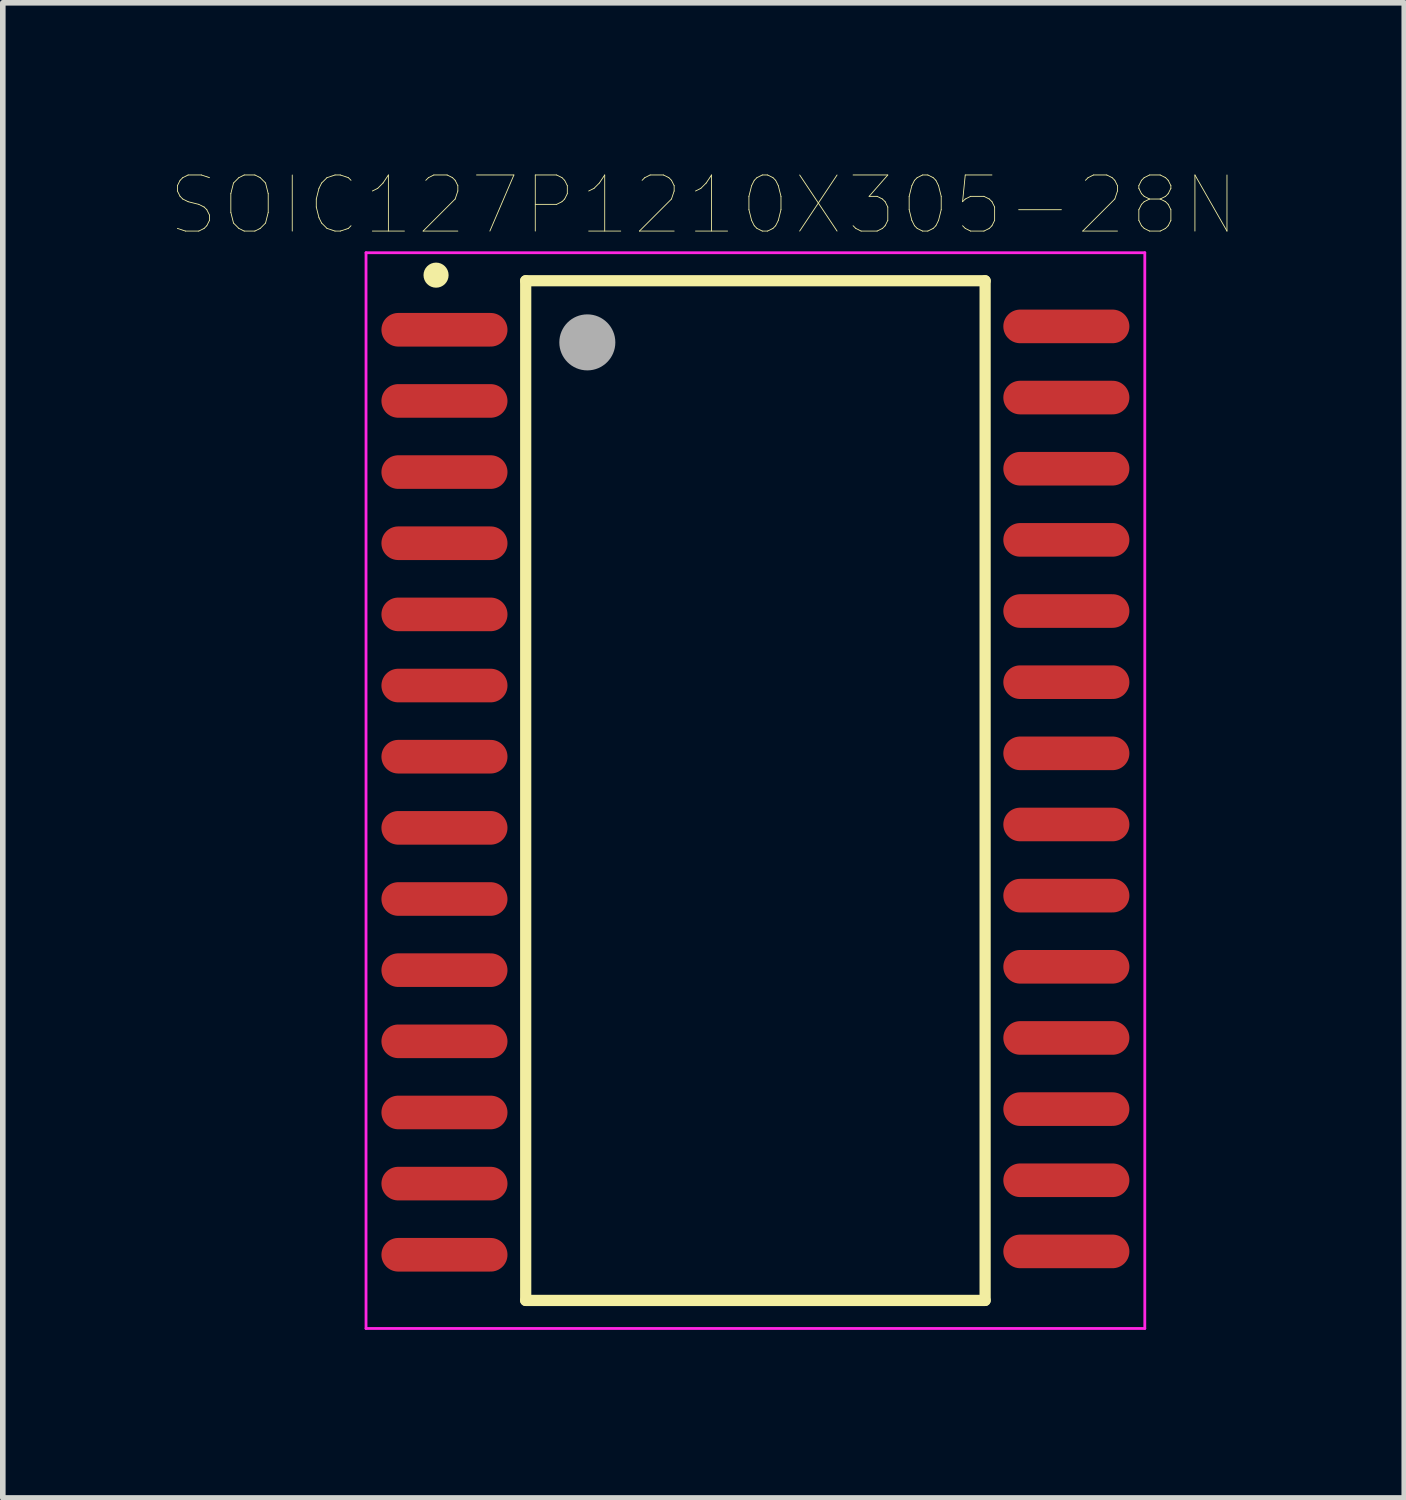
<source format=kicad_pcb>
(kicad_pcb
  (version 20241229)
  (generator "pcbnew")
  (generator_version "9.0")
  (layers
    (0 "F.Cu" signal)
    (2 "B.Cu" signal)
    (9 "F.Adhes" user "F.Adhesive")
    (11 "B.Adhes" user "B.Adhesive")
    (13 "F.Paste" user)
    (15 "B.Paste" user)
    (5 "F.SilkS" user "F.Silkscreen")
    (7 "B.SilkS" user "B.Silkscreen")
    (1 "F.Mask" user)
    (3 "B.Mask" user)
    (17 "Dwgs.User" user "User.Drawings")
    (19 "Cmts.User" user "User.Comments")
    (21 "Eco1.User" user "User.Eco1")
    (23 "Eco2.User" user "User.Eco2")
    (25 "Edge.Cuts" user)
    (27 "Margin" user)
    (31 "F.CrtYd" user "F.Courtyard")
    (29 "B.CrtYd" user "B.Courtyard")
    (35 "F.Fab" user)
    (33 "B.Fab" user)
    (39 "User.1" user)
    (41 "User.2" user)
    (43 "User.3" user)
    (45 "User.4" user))
  (footprint "SOIC127P1210X305-28N"
    (layer "F.Cu")
    (at 10.433 11.061)
    (property "Reference" "SOIC127P1210X305-28N" (at -0.926 -10.449 0) (layer "F.SilkS") (effects (font (size 1.001 1.001) (thickness 0.015))))
    (attr through_hole)
    (fp_line (start -4.1 -9.1) (end 4.1 -9.1) (stroke (width 0.2) (type solid)) (layer "F.SilkS"))
    (fp_line (start -4.1 9.1) (end -4.1 -9.1) (stroke (width 0.2) (type solid)) (layer "F.SilkS"))
    (fp_line (start 4.1 -9.1) (end 4.1 9.1) (stroke (width 0.2) (type solid)) (layer "F.SilkS"))
    (fp_line (start 4.1 9.1) (end -4.1 9.1) (stroke (width 0.2) (type solid)) (layer "F.SilkS"))
    (fp_circle (center -5.7 -9.2) (end -5.476 -9.2) (stroke (width 0) (type solid)) (fill yes) (layer "F.SilkS"))
    (fp_line (start -6.95 -9.6) (end 6.95 -9.6) (stroke (width 0.05) (type solid)) (layer "F.CrtYd"))
    (fp_line (start -6.95 9.6) (end -6.95 -9.6) (stroke (width 0.05) (type solid)) (layer "F.CrtYd"))
    (fp_line (start 6.95 -9.6) (end 6.95 9.6) (stroke (width 0.05) (type solid)) (layer "F.CrtYd"))
    (fp_line (start 6.95 9.6) (end -6.95 9.6) (stroke (width 0.05) (type solid)) (layer "F.CrtYd"))
    (fp_circle (center -3 -8) (end -2.5 -8) (stroke (width 0) (type solid)) (fill yes) (layer "F.Fab"))
    (pad "1" smd oval (at -5.55 -8.225) (size 2.25 0.6) (layers "F.Cu" "F.Mask" "F.Paste"))
    (pad "2" smd oval (at -5.55 -6.955) (size 2.25 0.6) (layers "F.Cu" "F.Mask" "F.Paste"))
    (pad "3" smd oval (at -5.55 -5.685) (size 2.25 0.6) (layers "F.Cu" "F.Mask" "F.Paste"))
    (pad "4" smd oval (at -5.55 -4.415) (size 2.25 0.6) (layers "F.Cu" "F.Mask" "F.Paste"))
    (pad "5" smd oval (at -5.55 -3.145) (size 2.25 0.6) (layers "F.Cu" "F.Mask" "F.Paste"))
    (pad "6" smd oval (at -5.55 -1.875) (size 2.25 0.6) (layers "F.Cu" "F.Mask" "F.Paste"))
    (pad "7" smd oval (at -5.55 -0.605) (size 2.25 0.6) (layers "F.Cu" "F.Mask" "F.Paste"))
    (pad "8" smd oval (at -5.55 0.665) (size 2.25 0.6) (layers "F.Cu" "F.Mask" "F.Paste"))
    (pad "9" smd oval (at -5.55 1.935) (size 2.25 0.6) (layers "F.Cu" "F.Mask" "F.Paste"))
    (pad "10" smd oval (at -5.55 3.205) (size 2.25 0.6) (layers "F.Cu" "F.Mask" "F.Paste"))
    (pad "11" smd oval (at -5.55 4.475) (size 2.25 0.6) (layers "F.Cu" "F.Mask" "F.Paste"))
    (pad "12" smd oval (at -5.55 5.745) (size 2.25 0.6) (layers "F.Cu" "F.Mask" "F.Paste"))
    (pad "13" smd oval (at -5.55 7.015) (size 2.25 0.6) (layers "F.Cu" "F.Mask" "F.Paste"))
    (pad "14" smd oval (at -5.55 8.285) (size 2.25 0.6) (layers "F.Cu" "F.Mask" "F.Paste"))
    (pad "15" smd oval (at 5.55 8.225) (size 2.25 0.6) (layers "F.Cu" "F.Mask" "F.Paste"))
    (pad "16" smd oval (at 5.55 6.955) (size 2.25 0.6) (layers "F.Cu" "F.Mask" "F.Paste"))
    (pad "17" smd oval (at 5.55 5.685) (size 2.25 0.6) (layers "F.Cu" "F.Mask" "F.Paste"))
    (pad "18" smd oval (at 5.55 4.415) (size 2.25 0.6) (layers "F.Cu" "F.Mask" "F.Paste"))
    (pad "19" smd oval (at 5.55 3.145) (size 2.25 0.6) (layers "F.Cu" "F.Mask" "F.Paste"))
    (pad "20" smd oval (at 5.55 1.875) (size 2.25 0.6) (layers "F.Cu" "F.Mask" "F.Paste"))
    (pad "21" smd oval (at 5.55 0.605) (size 2.25 0.6) (layers "F.Cu" "F.Mask" "F.Paste"))
    (pad "22" smd oval (at 5.55 -0.665) (size 2.25 0.6) (layers "F.Cu" "F.Mask" "F.Paste"))
    (pad "23" smd oval (at 5.55 -1.935) (size 2.25 0.6) (layers "F.Cu" "F.Mask" "F.Paste"))
    (pad "24" smd oval (at 5.55 -3.205) (size 2.25 0.6) (layers "F.Cu" "F.Mask" "F.Paste"))
    (pad "25" smd oval (at 5.55 -4.475) (size 2.25 0.6) (layers "F.Cu" "F.Mask" "F.Paste"))
    (pad "26" smd oval (at 5.55 -5.745) (size 2.25 0.6) (layers "F.Cu" "F.Mask" "F.Paste"))
    (pad "27" smd oval (at 5.55 -7.015) (size 2.25 0.6) (layers "F.Cu" "F.Mask" "F.Paste"))
    (pad "28" smd oval (at 5.55 -8.285) (size 2.25 0.6) (layers "F.Cu" "F.Mask" "F.Paste")))
  (gr_rect
    (start -3 -3)
    (end 22.014 23.686)
    (stroke (width 0.1) (type default))
    (fill no)
    (layer "Edge.Cuts")))
</source>
